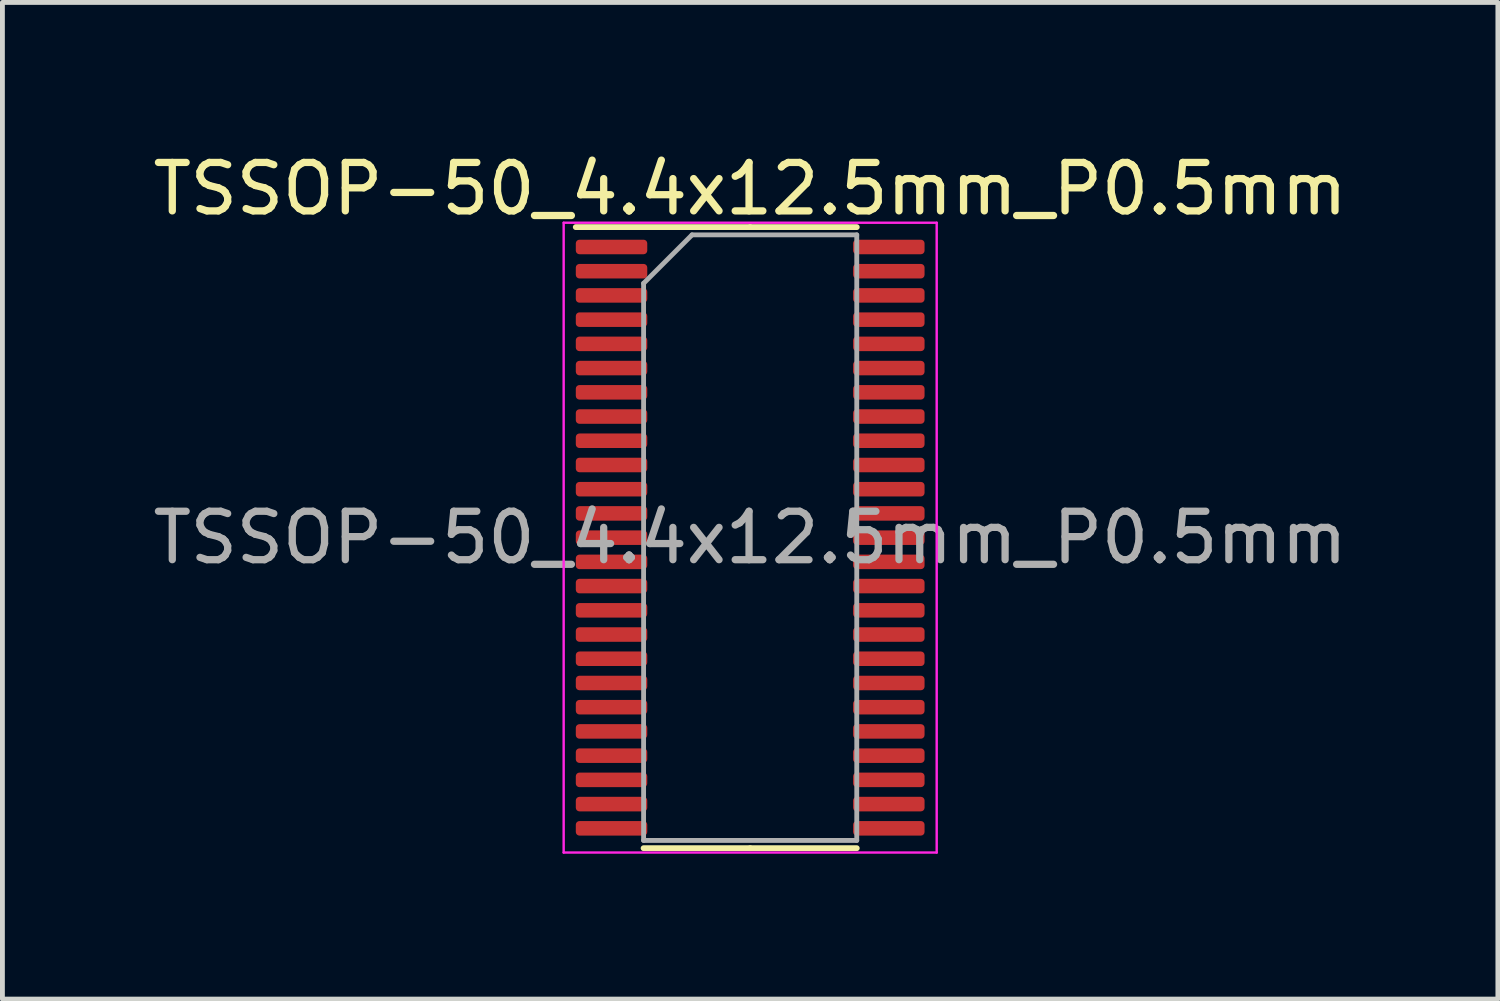
<source format=kicad_pcb>
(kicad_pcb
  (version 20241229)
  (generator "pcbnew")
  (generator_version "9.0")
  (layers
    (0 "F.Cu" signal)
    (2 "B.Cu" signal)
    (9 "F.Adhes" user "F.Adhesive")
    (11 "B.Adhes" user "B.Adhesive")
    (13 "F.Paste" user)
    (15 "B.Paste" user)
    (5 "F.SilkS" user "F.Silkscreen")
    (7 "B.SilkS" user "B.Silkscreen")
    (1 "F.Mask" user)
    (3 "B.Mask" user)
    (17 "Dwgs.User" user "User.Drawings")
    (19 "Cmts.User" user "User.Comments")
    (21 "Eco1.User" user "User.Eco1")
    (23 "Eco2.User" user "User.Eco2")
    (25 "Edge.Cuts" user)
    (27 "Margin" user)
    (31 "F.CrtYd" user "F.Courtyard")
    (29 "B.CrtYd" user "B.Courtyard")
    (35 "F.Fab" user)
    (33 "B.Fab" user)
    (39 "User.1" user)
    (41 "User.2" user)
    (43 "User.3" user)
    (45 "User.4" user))
  (footprint "TSSOP-50_4.4x12.5mm_P0.5mm"
    (layer "F.Cu")
    (at 12.435 8.048)
    (property "Reference" "TSSOP-50_4.4x12.5mm_P0.5mm" (at 0 -7.2 0) (layer "F.SilkS") (effects (font (size 1 1) (thickness 0.15))))
    (attr smd)
    (fp_line (start 0 -6.41) (end -3.6 -6.41) (stroke (width 0.12) (type solid)) (layer "F.SilkS"))
    (fp_line (start 0 -6.41) (end 2.2 -6.41) (stroke (width 0.12) (type solid)) (layer "F.SilkS"))
    (fp_line (start 0 6.41) (end -2.2 6.41) (stroke (width 0.12) (type solid)) (layer "F.SilkS"))
    (fp_line (start 0 6.41) (end 2.2 6.41) (stroke (width 0.12) (type solid)) (layer "F.SilkS"))
    (fp_line (start -3.85 -6.5) (end -3.85 6.5) (stroke (width 0.05) (type solid)) (layer "F.CrtYd"))
    (fp_line (start -3.85 6.5) (end 3.85 6.5) (stroke (width 0.05) (type solid)) (layer "F.CrtYd"))
    (fp_line (start 3.85 -6.5) (end -3.85 -6.5) (stroke (width 0.05) (type solid)) (layer "F.CrtYd"))
    (fp_line (start 3.85 6.5) (end 3.85 -6.5) (stroke (width 0.05) (type solid)) (layer "F.CrtYd"))
    (fp_line (start -2.2 -5.25) (end -1.2 -6.25) (stroke (width 0.1) (type solid)) (layer "F.Fab"))
    (fp_line (start -2.2 6.25) (end -2.2 -5.25) (stroke (width 0.1) (type solid)) (layer "F.Fab"))
    (fp_line (start -1.2 -6.25) (end 2.2 -6.25) (stroke (width 0.1) (type solid)) (layer "F.Fab"))
    (fp_line (start 2.2 -6.25) (end 2.2 6.25) (stroke (width 0.1) (type solid)) (layer "F.Fab"))
    (fp_line (start 2.2 6.25) (end -2.2 6.25) (stroke (width 0.1) (type solid)) (layer "F.Fab"))
    (fp_text user "${REFERENCE}" (at 0 0 0) (layer "F.Fab") (effects (font (size 1 1) (thickness 0.15))))
    (pad "1" smd roundrect (at -2.862 -6) (size 1.475 0.3) (layers "F.Cu" "F.Mask" "F.Paste") (roundrect_rratio 0.25))
    (pad "2" smd roundrect (at -2.862 -5.5) (size 1.475 0.3) (layers "F.Cu" "F.Mask" "F.Paste") (roundrect_rratio 0.25))
    (pad "3" smd roundrect (at -2.862 -5) (size 1.475 0.3) (layers "F.Cu" "F.Mask" "F.Paste") (roundrect_rratio 0.25))
    (pad "4" smd roundrect (at -2.862 -4.5) (size 1.475 0.3) (layers "F.Cu" "F.Mask" "F.Paste") (roundrect_rratio 0.25))
    (pad "5" smd roundrect (at -2.862 -4) (size 1.475 0.3) (layers "F.Cu" "F.Mask" "F.Paste") (roundrect_rratio 0.25))
    (pad "6" smd roundrect (at -2.862 -3.5) (size 1.475 0.3) (layers "F.Cu" "F.Mask" "F.Paste") (roundrect_rratio 0.25))
    (pad "7" smd roundrect (at -2.862 -3) (size 1.475 0.3) (layers "F.Cu" "F.Mask" "F.Paste") (roundrect_rratio 0.25))
    (pad "8" smd roundrect (at -2.862 -2.5) (size 1.475 0.3) (layers "F.Cu" "F.Mask" "F.Paste") (roundrect_rratio 0.25))
    (pad "9" smd roundrect (at -2.862 -2) (size 1.475 0.3) (layers "F.Cu" "F.Mask" "F.Paste") (roundrect_rratio 0.25))
    (pad "10" smd roundrect (at -2.862 -1.5) (size 1.475 0.3) (layers "F.Cu" "F.Mask" "F.Paste") (roundrect_rratio 0.25))
    (pad "11" smd roundrect (at -2.862 -1) (size 1.475 0.3) (layers "F.Cu" "F.Mask" "F.Paste") (roundrect_rratio 0.25))
    (pad "12" smd roundrect (at -2.862 -0.5) (size 1.475 0.3) (layers "F.Cu" "F.Mask" "F.Paste") (roundrect_rratio 0.25))
    (pad "13" smd roundrect (at -2.862 0) (size 1.475 0.3) (layers "F.Cu" "F.Mask" "F.Paste") (roundrect_rratio 0.25))
    (pad "14" smd roundrect (at -2.862 0.5) (size 1.475 0.3) (layers "F.Cu" "F.Mask" "F.Paste") (roundrect_rratio 0.25))
    (pad "15" smd roundrect (at -2.862 1) (size 1.475 0.3) (layers "F.Cu" "F.Mask" "F.Paste") (roundrect_rratio 0.25))
    (pad "16" smd roundrect (at -2.862 1.5) (size 1.475 0.3) (layers "F.Cu" "F.Mask" "F.Paste") (roundrect_rratio 0.25))
    (pad "17" smd roundrect (at -2.862 2) (size 1.475 0.3) (layers "F.Cu" "F.Mask" "F.Paste") (roundrect_rratio 0.25))
    (pad "18" smd roundrect (at -2.862 2.5) (size 1.475 0.3) (layers "F.Cu" "F.Mask" "F.Paste") (roundrect_rratio 0.25))
    (pad "19" smd roundrect (at -2.862 3) (size 1.475 0.3) (layers "F.Cu" "F.Mask" "F.Paste") (roundrect_rratio 0.25))
    (pad "20" smd roundrect (at -2.862 3.5) (size 1.475 0.3) (layers "F.Cu" "F.Mask" "F.Paste") (roundrect_rratio 0.25))
    (pad "21" smd roundrect (at -2.862 4) (size 1.475 0.3) (layers "F.Cu" "F.Mask" "F.Paste") (roundrect_rratio 0.25))
    (pad "22" smd roundrect (at -2.862 4.5) (size 1.475 0.3) (layers "F.Cu" "F.Mask" "F.Paste") (roundrect_rratio 0.25))
    (pad "23" smd roundrect (at -2.862 5) (size 1.475 0.3) (layers "F.Cu" "F.Mask" "F.Paste") (roundrect_rratio 0.25))
    (pad "24" smd roundrect (at -2.862 5.5) (size 1.475 0.3) (layers "F.Cu" "F.Mask" "F.Paste") (roundrect_rratio 0.25))
    (pad "25" smd roundrect (at -2.862 6) (size 1.475 0.3) (layers "F.Cu" "F.Mask" "F.Paste") (roundrect_rratio 0.25))
    (pad "26" smd roundrect (at 2.862 6) (size 1.475 0.3) (layers "F.Cu" "F.Mask" "F.Paste") (roundrect_rratio 0.25))
    (pad "27" smd roundrect (at 2.862 5.5) (size 1.475 0.3) (layers "F.Cu" "F.Mask" "F.Paste") (roundrect_rratio 0.25))
    (pad "28" smd roundrect (at 2.862 5) (size 1.475 0.3) (layers "F.Cu" "F.Mask" "F.Paste") (roundrect_rratio 0.25))
    (pad "29" smd roundrect (at 2.862 4.5) (size 1.475 0.3) (layers "F.Cu" "F.Mask" "F.Paste") (roundrect_rratio 0.25))
    (pad "30" smd roundrect (at 2.862 4) (size 1.475 0.3) (layers "F.Cu" "F.Mask" "F.Paste") (roundrect_rratio 0.25))
    (pad "31" smd roundrect (at 2.862 3.5) (size 1.475 0.3) (layers "F.Cu" "F.Mask" "F.Paste") (roundrect_rratio 0.25))
    (pad "32" smd roundrect (at 2.862 3) (size 1.475 0.3) (layers "F.Cu" "F.Mask" "F.Paste") (roundrect_rratio 0.25))
    (pad "33" smd roundrect (at 2.862 2.5) (size 1.475 0.3) (layers "F.Cu" "F.Mask" "F.Paste") (roundrect_rratio 0.25))
    (pad "34" smd roundrect (at 2.862 2) (size 1.475 0.3) (layers "F.Cu" "F.Mask" "F.Paste") (roundrect_rratio 0.25))
    (pad "35" smd roundrect (at 2.862 1.5) (size 1.475 0.3) (layers "F.Cu" "F.Mask" "F.Paste") (roundrect_rratio 0.25))
    (pad "36" smd roundrect (at 2.862 1) (size 1.475 0.3) (layers "F.Cu" "F.Mask" "F.Paste") (roundrect_rratio 0.25))
    (pad "37" smd roundrect (at 2.862 0.5) (size 1.475 0.3) (layers "F.Cu" "F.Mask" "F.Paste") (roundrect_rratio 0.25))
    (pad "38" smd roundrect (at 2.862 0) (size 1.475 0.3) (layers "F.Cu" "F.Mask" "F.Paste") (roundrect_rratio 0.25))
    (pad "39" smd roundrect (at 2.862 -0.5) (size 1.475 0.3) (layers "F.Cu" "F.Mask" "F.Paste") (roundrect_rratio 0.25))
    (pad "40" smd roundrect (at 2.862 -1) (size 1.475 0.3) (layers "F.Cu" "F.Mask" "F.Paste") (roundrect_rratio 0.25))
    (pad "41" smd roundrect (at 2.862 -1.5) (size 1.475 0.3) (layers "F.Cu" "F.Mask" "F.Paste") (roundrect_rratio 0.25))
    (pad "42" smd roundrect (at 2.862 -2) (size 1.475 0.3) (layers "F.Cu" "F.Mask" "F.Paste") (roundrect_rratio 0.25))
    (pad "43" smd roundrect (at 2.862 -2.5) (size 1.475 0.3) (layers "F.Cu" "F.Mask" "F.Paste") (roundrect_rratio 0.25))
    (pad "44" smd roundrect (at 2.862 -3) (size 1.475 0.3) (layers "F.Cu" "F.Mask" "F.Paste") (roundrect_rratio 0.25))
    (pad "45" smd roundrect (at 2.862 -3.5) (size 1.475 0.3) (layers "F.Cu" "F.Mask" "F.Paste") (roundrect_rratio 0.25))
    (pad "46" smd roundrect (at 2.862 -4) (size 1.475 0.3) (layers "F.Cu" "F.Mask" "F.Paste") (roundrect_rratio 0.25))
    (pad "47" smd roundrect (at 2.862 -4.5) (size 1.475 0.3) (layers "F.Cu" "F.Mask" "F.Paste") (roundrect_rratio 0.25))
    (pad "48" smd roundrect (at 2.862 -5) (size 1.475 0.3) (layers "F.Cu" "F.Mask" "F.Paste") (roundrect_rratio 0.25))
    (pad "49" smd roundrect (at 2.862 -5.5) (size 1.475 0.3) (layers "F.Cu" "F.Mask" "F.Paste") (roundrect_rratio 0.25))
    (pad "50" smd roundrect (at 2.862 -6) (size 1.475 0.3) (layers "F.Cu" "F.Mask" "F.Paste") (roundrect_rratio 0.25)))
  (gr_rect
    (start -3 -3)
    (end 27.869 17.573)
    (stroke (width 0.1) (type default))
    (fill no)
    (layer "Edge.Cuts")))
</source>
